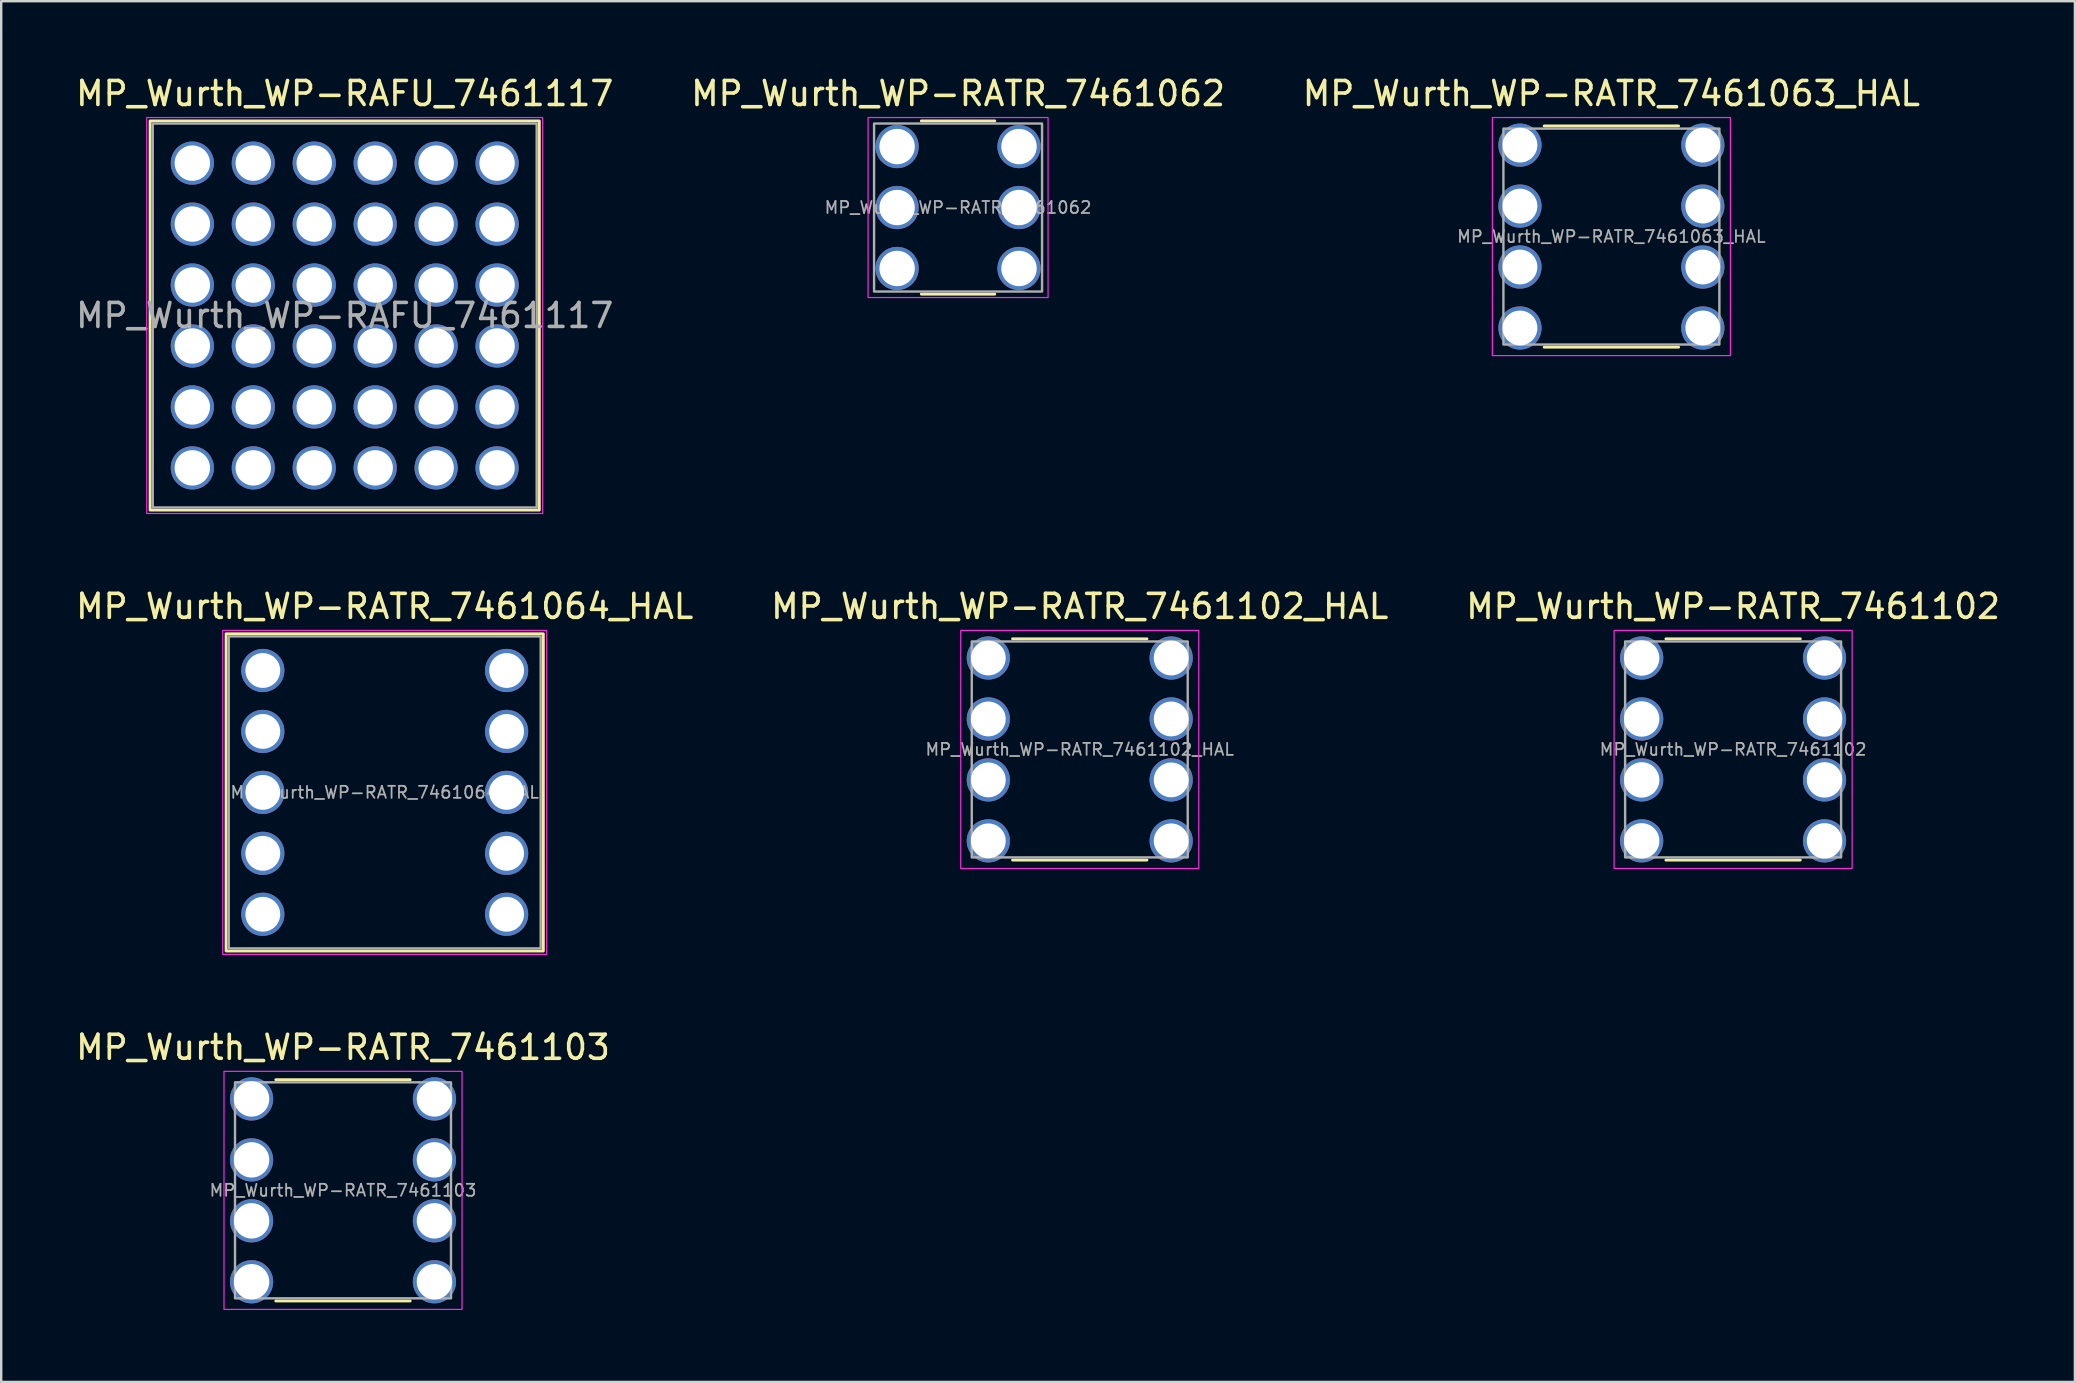
<source format=kicad_pcb>
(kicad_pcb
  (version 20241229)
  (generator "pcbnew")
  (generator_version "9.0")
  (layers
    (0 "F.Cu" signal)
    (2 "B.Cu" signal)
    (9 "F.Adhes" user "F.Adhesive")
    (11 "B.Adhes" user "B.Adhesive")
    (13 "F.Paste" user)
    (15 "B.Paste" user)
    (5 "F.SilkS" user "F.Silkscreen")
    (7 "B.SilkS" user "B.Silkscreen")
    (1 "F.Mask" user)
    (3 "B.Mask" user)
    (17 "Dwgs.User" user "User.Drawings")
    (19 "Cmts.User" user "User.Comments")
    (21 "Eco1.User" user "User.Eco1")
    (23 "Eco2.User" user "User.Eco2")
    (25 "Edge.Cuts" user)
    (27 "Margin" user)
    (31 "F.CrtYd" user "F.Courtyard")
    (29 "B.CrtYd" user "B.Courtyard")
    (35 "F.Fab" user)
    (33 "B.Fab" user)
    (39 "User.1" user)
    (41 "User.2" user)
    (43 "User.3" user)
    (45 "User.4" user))
  (footprint "MP_Wurth_WP-RAFU_7461117"
    (layer "F.Cu")
    (at 11.315 10.098)
    (property "Reference" "MP_Wurth_WP-RAFU_7461117" (at 0 -9.25 0) (unlocked yes) (layer "F.SilkS") (effects (font (size 1 1) (thickness 0.15))))
    (attr through_hole)
    (fp_rect (start -8.11 -8.11) (end 8.11 8.11) (stroke (width 0.12) (type solid)) (fill no) (layer "F.SilkS"))
    (fp_rect (start -8.25 -8.25) (end 8.25 8.25) (stroke (width 0.05) (type solid)) (fill no) (layer "F.CrtYd"))
    (fp_rect (start -8 -8) (end 8 8) (stroke (width 0.1) (type solid)) (fill no) (layer "F.Fab"))
    (fp_text user "${REFERENCE}" (at 0 0 0) (unlocked yes) (layer "F.Fab") (effects (font (size 1 1) (thickness 0.15))))
    (pad "1" thru_hole circle (at -6.35 -6.35) (size 1.8 1.8) (drill 1.475) (layers "*.Cu" "*.Mask"))
    (pad "1" thru_hole circle (at -6.35 -3.81) (size 1.8 1.8) (drill 1.475) (layers "*.Cu" "*.Mask"))
    (pad "1" thru_hole circle (at -6.35 -1.27) (size 1.8 1.8) (drill 1.475) (layers "*.Cu" "*.Mask"))
    (pad "1" thru_hole circle (at -6.35 1.27) (size 1.8 1.8) (drill 1.475) (layers "*.Cu" "*.Mask"))
    (pad "1" thru_hole circle (at -6.35 3.81) (size 1.8 1.8) (drill 1.475) (layers "*.Cu" "*.Mask"))
    (pad "1" thru_hole circle (at -6.35 6.35) (size 1.8 1.8) (drill 1.475) (layers "*.Cu" "*.Mask"))
    (pad "1" thru_hole circle (at -3.81 -6.35) (size 1.8 1.8) (drill 1.475) (layers "*.Cu" "*.Mask"))
    (pad "1" thru_hole circle (at -3.81 -3.81) (size 1.8 1.8) (drill 1.475) (layers "*.Cu" "*.Mask"))
    (pad "1" thru_hole circle (at -3.81 -1.27) (size 1.8 1.8) (drill 1.475) (layers "*.Cu" "*.Mask"))
    (pad "1" thru_hole circle (at -3.81 1.27) (size 1.8 1.8) (drill 1.475) (layers "*.Cu" "*.Mask"))
    (pad "1" thru_hole circle (at -3.81 3.81) (size 1.8 1.8) (drill 1.475) (layers "*.Cu" "*.Mask"))
    (pad "1" thru_hole circle (at -3.81 6.35) (size 1.8 1.8) (drill 1.475) (layers "*.Cu" "*.Mask"))
    (pad "1" thru_hole circle (at -1.27 -6.35) (size 1.8 1.8) (drill 1.475) (layers "*.Cu" "*.Mask"))
    (pad "1" thru_hole circle (at -1.27 -3.81) (size 1.8 1.8) (drill 1.475) (layers "*.Cu" "*.Mask"))
    (pad "1" thru_hole circle (at -1.27 -1.27) (size 1.8 1.8) (drill 1.475) (layers "*.Cu" "*.Mask"))
    (pad "1" thru_hole circle (at -1.27 1.27) (size 1.8 1.8) (drill 1.475) (layers "*.Cu" "*.Mask"))
    (pad "1" thru_hole circle (at -1.27 3.81) (size 1.8 1.8) (drill 1.475) (layers "*.Cu" "*.Mask"))
    (pad "1" thru_hole circle (at -1.27 6.35) (size 1.8 1.8) (drill 1.475) (layers "*.Cu" "*.Mask"))
    (pad "1" thru_hole circle (at 1.27 -6.35) (size 1.8 1.8) (drill 1.475) (layers "*.Cu" "*.Mask"))
    (pad "1" thru_hole circle (at 1.27 -3.81) (size 1.8 1.8) (drill 1.475) (layers "*.Cu" "*.Mask"))
    (pad "1" thru_hole circle (at 1.27 -1.27) (size 1.8 1.8) (drill 1.475) (layers "*.Cu" "*.Mask"))
    (pad "1" thru_hole circle (at 1.27 1.27) (size 1.8 1.8) (drill 1.475) (layers "*.Cu" "*.Mask"))
    (pad "1" thru_hole circle (at 1.27 3.81) (size 1.8 1.8) (drill 1.475) (layers "*.Cu" "*.Mask"))
    (pad "1" thru_hole circle (at 1.27 6.35) (size 1.8 1.8) (drill 1.475) (layers "*.Cu" "*.Mask"))
    (pad "1" thru_hole circle (at 3.81 -6.35) (size 1.8 1.8) (drill 1.475) (layers "*.Cu" "*.Mask"))
    (pad "1" thru_hole circle (at 3.81 -3.81) (size 1.8 1.8) (drill 1.475) (layers "*.Cu" "*.Mask"))
    (pad "1" thru_hole circle (at 3.81 -1.27) (size 1.8 1.8) (drill 1.475) (layers "*.Cu" "*.Mask"))
    (pad "1" thru_hole circle (at 3.81 1.27) (size 1.8 1.8) (drill 1.475) (layers "*.Cu" "*.Mask"))
    (pad "1" thru_hole circle (at 3.81 3.81) (size 1.8 1.8) (drill 1.475) (layers "*.Cu" "*.Mask"))
    (pad "1" thru_hole circle (at 3.81 6.35) (size 1.8 1.8) (drill 1.475) (layers "*.Cu" "*.Mask"))
    (pad "1" thru_hole circle (at 6.35 -6.35) (size 1.8 1.8) (drill 1.475) (layers "*.Cu" "*.Mask"))
    (pad "1" thru_hole circle (at 6.35 -3.81) (size 1.8 1.8) (drill 1.475) (layers "*.Cu" "*.Mask"))
    (pad "1" thru_hole circle (at 6.35 -1.27) (size 1.8 1.8) (drill 1.475) (layers "*.Cu" "*.Mask"))
    (pad "1" thru_hole circle (at 6.35 1.27) (size 1.8 1.8) (drill 1.475) (layers "*.Cu" "*.Mask"))
    (pad "1" thru_hole circle (at 6.35 3.81) (size 1.8 1.8) (drill 1.475) (layers "*.Cu" "*.Mask"))
    (pad "1" thru_hole circle (at 6.35 6.35) (size 1.8 1.8) (drill 1.475) (layers "*.Cu" "*.Mask")))
  (footprint "MP_Wurth_WP-RATR_7461102_HAL"
    (layer "F.Cu")
    (at 41.946 28.181)
    (property "Reference" "MP_Wurth_WP-RATR_7461102_HAL" (at 0 -5.96 0) (unlocked yes) (layer "F.SilkS") (effects (font (size 1 1) (thickness 0.15))))
    (attr through_hole)
    (fp_line (start -2.8 -4.61) (end 2.8 -4.61) (stroke (width 0.12) (type solid)) (layer "F.SilkS"))
    (fp_line (start -2.8 4.61) (end 2.8 4.61) (stroke (width 0.12) (type solid)) (layer "F.SilkS"))
    (fp_rect (start -4.96 -4.96) (end 4.96 4.96) (stroke (width 0.05) (type solid)) (fill no) (layer "F.CrtYd"))
    (fp_rect (start -4.5 -4.5) (end 4.5 4.5) (stroke (width 0.1) (type solid)) (fill no) (layer "F.Fab"))
    (fp_text user "${REFERENCE}" (at 0 0 0) (unlocked yes) (layer "F.Fab") (effects (font (size 0.5 0.5) (thickness 0.075))))
    (pad "1" thru_hole circle (at -3.81 -3.81) (size 1.8 1.8) (drill 1.45) (layers "*.Cu" "*.Mask"))
    (pad "1" thru_hole circle (at -3.81 -1.27) (size 1.8 1.8) (drill 1.45) (layers "*.Cu" "*.Mask"))
    (pad "1" thru_hole circle (at -3.81 1.27) (size 1.8 1.8) (drill 1.45) (layers "*.Cu" "*.Mask"))
    (pad "1" thru_hole circle (at -3.81 3.81) (size 1.8 1.8) (drill 1.45) (layers "*.Cu" "*.Mask"))
    (pad "1" thru_hole circle (at 3.81 -3.81) (size 1.8 1.8) (drill 1.45) (layers "*.Cu" "*.Mask"))
    (pad "1" thru_hole circle (at 3.81 -1.27) (size 1.8 1.8) (drill 1.45) (layers "*.Cu" "*.Mask"))
    (pad "1" thru_hole circle (at 3.81 1.27) (size 1.8 1.8) (drill 1.45) (layers "*.Cu" "*.Mask"))
    (pad "1" thru_hole circle (at 3.81 3.81) (size 1.8 1.8) (drill 1.45) (layers "*.Cu" "*.Mask")))
  (footprint "MP_Wurth_WP-RATR_7461103"
    (layer "F.Cu")
    (at 11.244 46.555)
    (property "Reference" "MP_Wurth_WP-RATR_7461103" (at 0 -5.96 0) (unlocked yes) (layer "F.SilkS") (effects (font (size 1 1) (thickness 0.15))))
    (attr through_hole)
    (fp_line (start -2.8 -4.61) (end 2.8 -4.61) (stroke (width 0.12) (type solid)) (layer "F.SilkS"))
    (fp_line (start -2.8 4.61) (end 2.8 4.61) (stroke (width 0.12) (type solid)) (layer "F.SilkS"))
    (fp_rect (start -4.96 -4.96) (end 4.96 4.96) (stroke (width 0.05) (type solid)) (fill no) (layer "F.CrtYd"))
    (fp_rect (start -4.5 -4.5) (end 4.5 4.5) (stroke (width 0.1) (type solid)) (fill no) (layer "F.Fab"))
    (fp_text user "${REFERENCE}" (at 0 0 0) (unlocked yes) (layer "F.Fab") (effects (font (size 0.5 0.5) (thickness 0.075))))
    (pad "1" thru_hole circle (at -3.81 -3.81) (size 1.8 1.8) (drill 1.475) (layers "*.Cu" "*.Mask"))
    (pad "1" thru_hole circle (at -3.81 -1.27) (size 1.8 1.8) (drill 1.475) (layers "*.Cu" "*.Mask"))
    (pad "1" thru_hole circle (at -3.81 1.27) (size 1.8 1.8) (drill 1.475) (layers "*.Cu" "*.Mask"))
    (pad "1" thru_hole circle (at -3.81 3.81) (size 1.8 1.8) (drill 1.475) (layers "*.Cu" "*.Mask"))
    (pad "1" thru_hole circle (at 3.81 -3.81) (size 1.8 1.8) (drill 1.475) (layers "*.Cu" "*.Mask"))
    (pad "1" thru_hole circle (at 3.81 -1.27) (size 1.8 1.8) (drill 1.475) (layers "*.Cu" "*.Mask"))
    (pad "1" thru_hole circle (at 3.81 1.27) (size 1.8 1.8) (drill 1.475) (layers "*.Cu" "*.Mask"))
    (pad "1" thru_hole circle (at 3.81 3.81) (size 1.8 1.8) (drill 1.475) (layers "*.Cu" "*.Mask")))
  (footprint "MP_Wurth_WP-RATR_7461063_HAL"
    (layer "F.Cu")
    (at 64.101 6.808)
    (property "Reference" "MP_Wurth_WP-RATR_7461063_HAL" (at 0 -5.96 0) (unlocked yes) (layer "F.SilkS") (effects (font (size 1 1) (thickness 0.15))))
    (attr through_hole)
    (fp_line (start -2.8 -4.61) (end 2.8 -4.61) (stroke (width 0.12) (type solid)) (layer "F.SilkS"))
    (fp_line (start -2.8 4.61) (end 2.8 4.61) (stroke (width 0.12) (type solid)) (layer "F.SilkS"))
    (fp_rect (start -4.96 -4.96) (end 4.96 4.96) (stroke (width 0.05) (type solid)) (fill no) (layer "F.CrtYd"))
    (fp_rect (start -4.5 -4.5) (end 4.5 4.5) (stroke (width 0.1) (type solid)) (fill no) (layer "F.Fab"))
    (fp_text user "${REFERENCE}" (at 0 0 0) (unlocked yes) (layer "F.Fab") (effects (font (size 0.5 0.5) (thickness 0.075))))
    (pad "1" thru_hole circle (at -3.81 -3.81) (size 1.8 1.8) (drill 1.45) (layers "*.Cu" "*.Mask"))
    (pad "1" thru_hole circle (at -3.81 -1.27) (size 1.8 1.8) (drill 1.45) (layers "*.Cu" "*.Mask"))
    (pad "1" thru_hole circle (at -3.81 1.27) (size 1.8 1.8) (drill 1.45) (layers "*.Cu" "*.Mask"))
    (pad "1" thru_hole circle (at -3.81 3.81) (size 1.8 1.8) (drill 1.45) (layers "*.Cu" "*.Mask"))
    (pad "1" thru_hole circle (at 3.81 -3.81) (size 1.8 1.8) (drill 1.45) (layers "*.Cu" "*.Mask"))
    (pad "1" thru_hole circle (at 3.81 -1.27) (size 1.8 1.8) (drill 1.45) (layers "*.Cu" "*.Mask"))
    (pad "1" thru_hole circle (at 3.81 1.27) (size 1.8 1.8) (drill 1.45) (layers "*.Cu" "*.Mask"))
    (pad "1" thru_hole circle (at 3.81 3.81) (size 1.8 1.8) (drill 1.45) (layers "*.Cu" "*.Mask")))
  (footprint "MP_Wurth_WP-RATR_7461062"
    (layer "F.Cu")
    (at 36.875 5.598)
    (property "Reference" "MP_Wurth_WP-RATR_7461062" (at 0 -4.75 0) (unlocked yes) (layer "F.SilkS") (effects (font (size 1 1) (thickness 0.15))))
    (attr through_hole)
    (fp_line (start -1.53 -3.61) (end 1.53 -3.61) (stroke (width 0.12) (type solid)) (layer "F.SilkS"))
    (fp_line (start -1.53 3.61) (end 1.53 3.61) (stroke (width 0.12) (type solid)) (layer "F.SilkS"))
    (fp_rect (start -3.75 -3.75) (end 3.75 3.75) (stroke (width 0.05) (type solid)) (fill no) (layer "F.CrtYd"))
    (fp_rect (start -3.5 -3.5) (end 3.5 3.5) (stroke (width 0.1) (type solid)) (fill no) (layer "F.Fab"))
    (fp_text user "${REFERENCE}" (at 0 0 0) (unlocked yes) (layer "F.Fab") (effects (font (size 0.5 0.5) (thickness 0.075))))
    (pad "1" thru_hole circle (at -2.54 -2.54) (size 1.8 1.8) (drill 1.475) (layers "*.Cu" "*.Mask"))
    (pad "1" thru_hole circle (at -2.54 0) (size 1.8 1.8) (drill 1.475) (layers "*.Cu" "*.Mask"))
    (pad "1" thru_hole circle (at -2.54 2.54) (size 1.8 1.8) (drill 1.475) (layers "*.Cu" "*.Mask"))
    (pad "1" thru_hole circle (at 2.54 -2.54) (size 1.8 1.8) (drill 1.475) (layers "*.Cu" "*.Mask"))
    (pad "1" thru_hole circle (at 2.54 0) (size 1.8 1.8) (drill 1.475) (layers "*.Cu" "*.Mask"))
    (pad "1" thru_hole circle (at 2.54 2.54) (size 1.8 1.8) (drill 1.475) (layers "*.Cu" "*.Mask")))
  (footprint "MP_Wurth_WP-RATR_7461102"
    (layer "F.Cu")
    (at 69.173 28.181)
    (property "Reference" "MP_Wurth_WP-RATR_7461102" (at 0 -5.96 0) (unlocked yes) (layer "F.SilkS") (effects (font (size 1 1) (thickness 0.15))))
    (attr through_hole)
    (fp_line (start -2.8 -4.61) (end 2.8 -4.61) (stroke (width 0.12) (type solid)) (layer "F.SilkS"))
    (fp_line (start -2.8 4.61) (end 2.8 4.61) (stroke (width 0.12) (type solid)) (layer "F.SilkS"))
    (fp_rect (start -4.96 -4.96) (end 4.96 4.96) (stroke (width 0.05) (type solid)) (fill no) (layer "F.CrtYd"))
    (fp_rect (start -4.5 -4.5) (end 4.5 4.5) (stroke (width 0.1) (type solid)) (fill no) (layer "F.Fab"))
    (fp_text user "${REFERENCE}" (at 0 0 0) (unlocked yes) (layer "F.Fab") (effects (font (size 0.5 0.5) (thickness 0.075))))
    (pad "1" thru_hole circle (at -3.81 -3.81) (size 1.8 1.8) (drill 1.475) (layers "*.Cu" "*.Mask"))
    (pad "1" thru_hole circle (at -3.81 -1.27) (size 1.8 1.8) (drill 1.475) (layers "*.Cu" "*.Mask"))
    (pad "1" thru_hole circle (at -3.81 1.27) (size 1.8 1.8) (drill 1.475) (layers "*.Cu" "*.Mask"))
    (pad "1" thru_hole circle (at -3.81 3.81) (size 1.8 1.8) (drill 1.475) (layers "*.Cu" "*.Mask"))
    (pad "1" thru_hole circle (at 3.81 -3.81) (size 1.8 1.8) (drill 1.475) (layers "*.Cu" "*.Mask"))
    (pad "1" thru_hole circle (at 3.81 -1.27) (size 1.8 1.8) (drill 1.475) (layers "*.Cu" "*.Mask"))
    (pad "1" thru_hole circle (at 3.81 1.27) (size 1.8 1.8) (drill 1.475) (layers "*.Cu" "*.Mask"))
    (pad "1" thru_hole circle (at 3.81 3.81) (size 1.8 1.8) (drill 1.475) (layers "*.Cu" "*.Mask")))
  (footprint "MP_Wurth_WP-RATR_7461064_HAL"
    (layer "F.Cu")
    (at 12.982 29.971)
    (property "Reference" "MP_Wurth_WP-RATR_7461064_HAL" (at 0 -7.75 0) (unlocked yes) (layer "F.SilkS") (effects (font (size 1 1) (thickness 0.15))))
    (attr through_hole)
    (fp_rect (start -6.61 -6.61) (end 6.61 6.61) (stroke (width 0.12) (type default)) (fill no) (layer "F.SilkS"))
    (fp_rect (start -6.75 -6.75) (end 6.75 6.75) (stroke (width 0.05) (type solid)) (fill no) (layer "F.CrtYd"))
    (fp_rect (start -6.5 -6.5) (end 6.5 6.5) (stroke (width 0.1) (type solid)) (fill no) (layer "F.Fab"))
    (fp_text user "${REFERENCE}" (at 0 0 0) (unlocked yes) (layer "F.Fab") (effects (font (size 0.5 0.5) (thickness 0.075))))
    (pad "1" thru_hole circle (at -5.08 -5.08) (size 1.8 1.8) (drill 1.45) (layers "*.Cu" "*.Mask"))
    (pad "1" thru_hole circle (at -5.08 -2.54) (size 1.8 1.8) (drill 1.45) (layers "*.Cu" "*.Mask"))
    (pad "1" thru_hole circle (at -5.08 0) (size 1.8 1.8) (drill 1.45) (layers "*.Cu" "*.Mask"))
    (pad "1" thru_hole circle (at -5.08 2.54) (size 1.8 1.8) (drill 1.45) (layers "*.Cu" "*.Mask"))
    (pad "1" thru_hole circle (at -5.08 5.08) (size 1.8 1.8) (drill 1.45) (layers "*.Cu" "*.Mask"))
    (pad "1" thru_hole circle (at 5.08 -5.08) (size 1.8 1.8) (drill 1.45) (layers "*.Cu" "*.Mask"))
    (pad "1" thru_hole circle (at 5.08 -2.54) (size 1.8 1.8) (drill 1.45) (layers "*.Cu" "*.Mask"))
    (pad "1" thru_hole circle (at 5.08 0) (size 1.8 1.8) (drill 1.45) (layers "*.Cu" "*.Mask"))
    (pad "1" thru_hole circle (at 5.08 2.54) (size 1.8 1.8) (drill 1.45) (layers "*.Cu" "*.Mask"))
    (pad "1" thru_hole circle (at 5.08 5.08) (size 1.8 1.8) (drill 1.45) (layers "*.Cu" "*.Mask")))
  (gr_rect
    (start -3 -3)
    (end 83.417 54.54)
    (stroke (width 0.1) (type default))
    (fill no)
    (layer "Edge.Cuts")))
</source>
